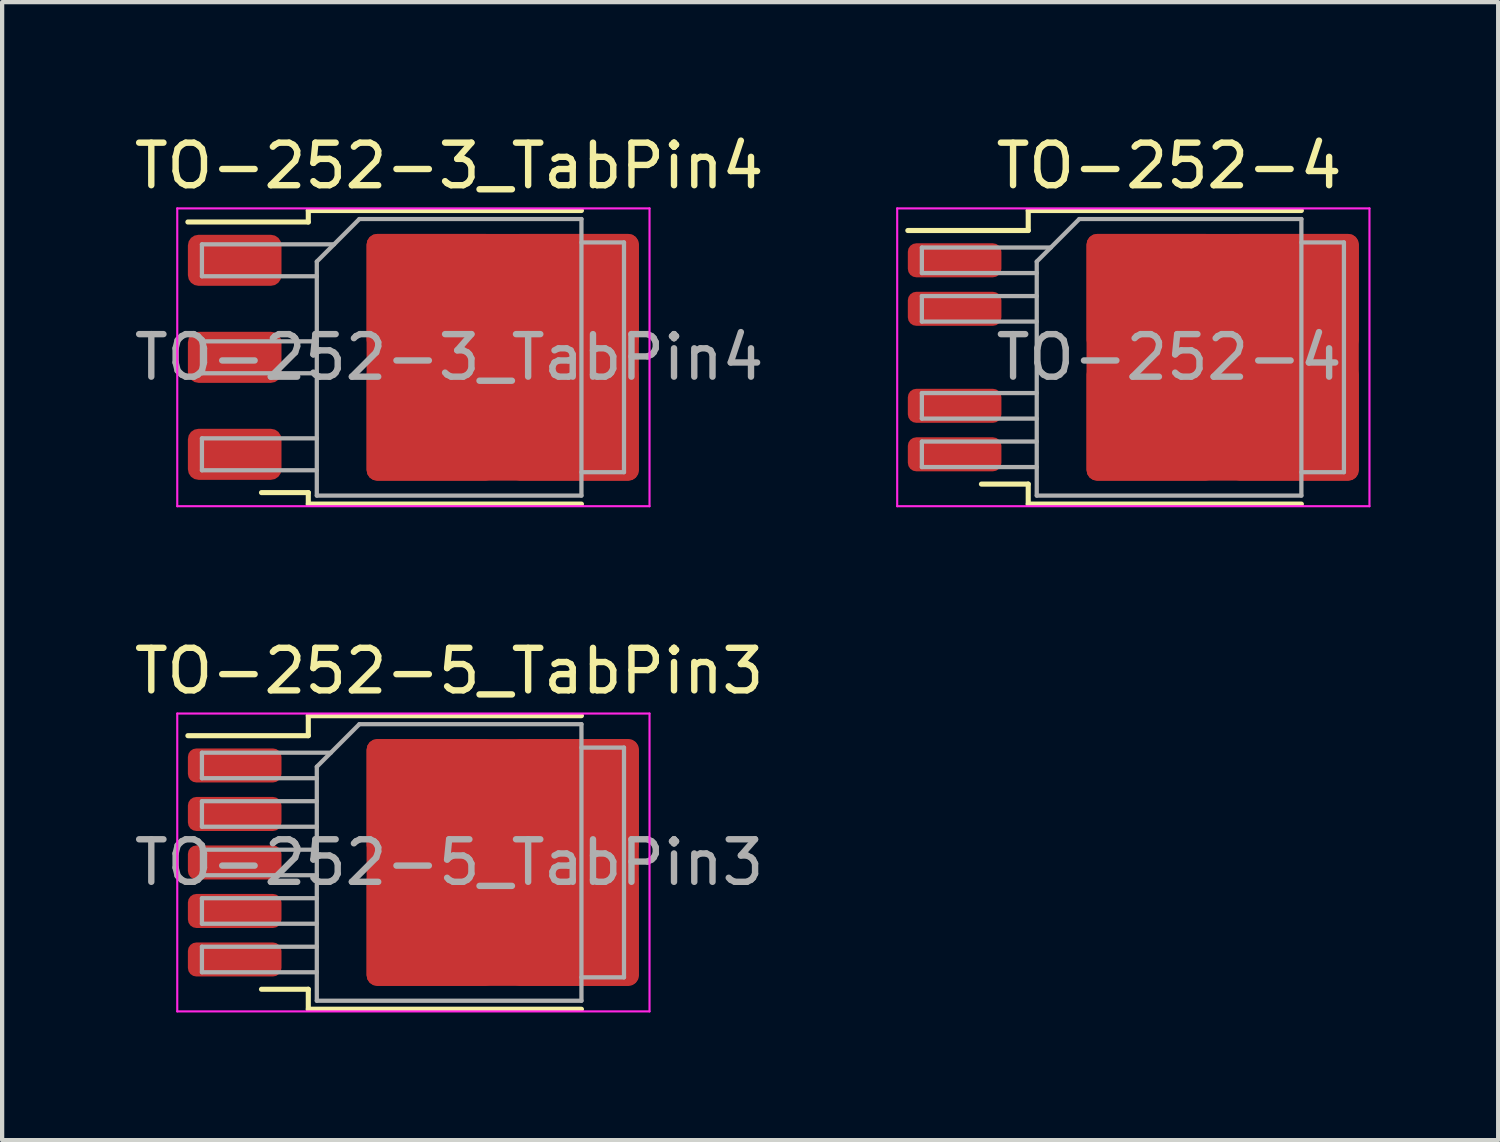
<source format=kicad_pcb>
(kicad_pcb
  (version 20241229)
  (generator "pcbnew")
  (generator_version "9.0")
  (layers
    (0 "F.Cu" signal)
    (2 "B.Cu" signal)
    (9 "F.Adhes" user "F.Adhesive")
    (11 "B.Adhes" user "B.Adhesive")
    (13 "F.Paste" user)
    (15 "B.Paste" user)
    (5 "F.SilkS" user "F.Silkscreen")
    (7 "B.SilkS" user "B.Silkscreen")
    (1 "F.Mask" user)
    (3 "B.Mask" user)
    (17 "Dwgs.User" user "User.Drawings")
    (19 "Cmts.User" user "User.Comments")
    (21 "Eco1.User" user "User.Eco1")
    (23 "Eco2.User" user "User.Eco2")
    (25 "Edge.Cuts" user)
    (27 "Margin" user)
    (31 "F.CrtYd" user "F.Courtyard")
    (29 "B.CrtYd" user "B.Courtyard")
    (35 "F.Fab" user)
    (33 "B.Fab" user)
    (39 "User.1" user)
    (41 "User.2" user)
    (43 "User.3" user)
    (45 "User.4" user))
  (footprint "TO-252-5_TabPin3"
    (layer "F.Cu")
    (at 7.506 17.221)
    (property "Reference" "TO-252-5_TabPin3" (at 0 -4.5 0) (layer "F.SilkS") (effects (font (size 1 1) (thickness 0.15))))
    (attr smd)
    (fp_line (start -3.31 -3.45) (end -3.31 -2.98) (stroke (width 0.12) (type solid)) (layer "F.SilkS"))
    (fp_line (start -3.31 -2.98) (end -6.14 -2.98) (stroke (width 0.12) (type solid)) (layer "F.SilkS"))
    (fp_line (start -3.31 2.98) (end -4.41 2.98) (stroke (width 0.12) (type solid)) (layer "F.SilkS"))
    (fp_line (start -3.31 3.45) (end -3.31 2.98) (stroke (width 0.12) (type solid)) (layer "F.SilkS"))
    (fp_line (start 3.11 -3.45) (end -3.31 -3.45) (stroke (width 0.12) (type solid)) (layer "F.SilkS"))
    (fp_line (start 3.11 3.45) (end -3.31 3.45) (stroke (width 0.12) (type solid)) (layer "F.SilkS"))
    (fp_line (start -6.39 -3.5) (end -6.39 3.5) (stroke (width 0.05) (type solid)) (layer "F.CrtYd"))
    (fp_line (start -6.39 3.5) (end 4.71 3.5) (stroke (width 0.05) (type solid)) (layer "F.CrtYd"))
    (fp_line (start 4.71 -3.5) (end -6.39 -3.5) (stroke (width 0.05) (type solid)) (layer "F.CrtYd"))
    (fp_line (start 4.71 3.5) (end 4.71 -3.5) (stroke (width 0.05) (type solid)) (layer "F.CrtYd"))
    (fp_line (start -5.81 -2.58) (end -5.81 -1.98) (stroke (width 0.1) (type solid)) (layer "F.Fab"))
    (fp_line (start -5.81 -1.98) (end -3.11 -1.98) (stroke (width 0.1) (type solid)) (layer "F.Fab"))
    (fp_line (start -5.81 -1.44) (end -5.81 -0.84) (stroke (width 0.1) (type solid)) (layer "F.Fab"))
    (fp_line (start -5.81 -0.84) (end -3.11 -0.84) (stroke (width 0.1) (type solid)) (layer "F.Fab"))
    (fp_line (start -5.81 -0.3) (end -5.81 0.3) (stroke (width 0.1) (type solid)) (layer "F.Fab"))
    (fp_line (start -5.81 0.3) (end -3.11 0.3) (stroke (width 0.1) (type solid)) (layer "F.Fab"))
    (fp_line (start -5.81 0.84) (end -5.81 1.44) (stroke (width 0.1) (type solid)) (layer "F.Fab"))
    (fp_line (start -5.81 1.44) (end -3.11 1.44) (stroke (width 0.1) (type solid)) (layer "F.Fab"))
    (fp_line (start -5.81 1.98) (end -5.81 2.58) (stroke (width 0.1) (type solid)) (layer "F.Fab"))
    (fp_line (start -5.81 2.58) (end -3.11 2.58) (stroke (width 0.1) (type solid)) (layer "F.Fab"))
    (fp_line (start -3.11 -2.25) (end -2.11 -3.25) (stroke (width 0.1) (type solid)) (layer "F.Fab"))
    (fp_line (start -3.11 -1.44) (end -5.81 -1.44) (stroke (width 0.1) (type solid)) (layer "F.Fab"))
    (fp_line (start -3.11 -0.3) (end -5.81 -0.3) (stroke (width 0.1) (type solid)) (layer "F.Fab"))
    (fp_line (start -3.11 0.84) (end -5.81 0.84) (stroke (width 0.1) (type solid)) (layer "F.Fab"))
    (fp_line (start -3.11 1.98) (end -5.81 1.98) (stroke (width 0.1) (type solid)) (layer "F.Fab"))
    (fp_line (start -3.11 3.25) (end -3.11 -2.25) (stroke (width 0.1) (type solid)) (layer "F.Fab"))
    (fp_line (start -2.78 -2.58) (end -5.81 -2.58) (stroke (width 0.1) (type solid)) (layer "F.Fab"))
    (fp_line (start -2.11 -3.25) (end 3.11 -3.25) (stroke (width 0.1) (type solid)) (layer "F.Fab"))
    (fp_line (start 3.11 -3.25) (end 3.11 3.25) (stroke (width 0.1) (type solid)) (layer "F.Fab"))
    (fp_line (start 3.11 -2.7) (end 4.11 -2.7) (stroke (width 0.1) (type solid)) (layer "F.Fab"))
    (fp_line (start 3.11 3.25) (end -3.11 3.25) (stroke (width 0.1) (type solid)) (layer "F.Fab"))
    (fp_line (start 4.11 -2.7) (end 4.11 2.7) (stroke (width 0.1) (type solid)) (layer "F.Fab"))
    (fp_line (start 4.11 2.7) (end 3.11 2.7) (stroke (width 0.1) (type solid)) (layer "F.Fab"))
    (fp_text user "${REFERENCE}" (at 0 0 0) (layer "F.Fab") (effects (font (size 1 1) (thickness 0.15))))
    (pad "1" smd roundrect (at -5.04 -2.28) (size 2.2 0.8) (layers "F.Cu" "F.Mask" "F.Paste") (roundrect_rratio 0.25))
    (pad "2" smd roundrect (at -5.04 -1.14) (size 2.2 0.8) (layers "F.Cu" "F.Mask" "F.Paste") (roundrect_rratio 0.25))
    (pad "3" smd roundrect (at -5.04 0) (size 2.2 0.8) (layers "F.Cu" "F.Mask" "F.Paste") (roundrect_rratio 0.25))
    (pad "3" smd roundrect (at -0.415 -1.525) (size 3.05 2.75) (layers "F.Cu" "F.Paste") (roundrect_rratio 0.091))
    (pad "3" smd roundrect (at -0.415 1.525) (size 3.05 2.75) (layers "F.Cu" "F.Paste") (roundrect_rratio 0.091))
    (pad "3" smd roundrect (at 1.26 0) (size 6.4 5.8) (layers "F.Cu" "F.Mask") (roundrect_rratio 0.043))
    (pad "3" smd roundrect (at 2.935 -1.525) (size 3.05 2.75) (layers "F.Cu" "F.Paste") (roundrect_rratio 0.091))
    (pad "3" smd roundrect (at 2.935 1.525) (size 3.05 2.75) (layers "F.Cu" "F.Paste") (roundrect_rratio 0.091))
    (pad "4" smd roundrect (at -5.04 1.14) (size 2.2 0.8) (layers "F.Cu" "F.Mask" "F.Paste") (roundrect_rratio 0.25))
    (pad "5" smd roundrect (at -5.04 2.28) (size 2.2 0.8) (layers "F.Cu" "F.Mask" "F.Paste") (roundrect_rratio 0.25)))
  (footprint "TO-252-3_TabPin4"
    (layer "F.Cu")
    (at 7.506 5.348)
    (property "Reference" "TO-252-3_TabPin4" (at 0 -4.5 0) (layer "F.SilkS") (effects (font (size 1 1) (thickness 0.15))))
    (attr smd)
    (fp_line (start -3.31 -3.45) (end -3.31 -3.18) (stroke (width 0.12) (type solid)) (layer "F.SilkS"))
    (fp_line (start -3.31 -3.18) (end -6.14 -3.18) (stroke (width 0.12) (type solid)) (layer "F.SilkS"))
    (fp_line (start -3.31 3.18) (end -4.41 3.18) (stroke (width 0.12) (type solid)) (layer "F.SilkS"))
    (fp_line (start -3.31 3.45) (end -3.31 3.18) (stroke (width 0.12) (type solid)) (layer "F.SilkS"))
    (fp_line (start 3.11 -3.45) (end -3.31 -3.45) (stroke (width 0.12) (type solid)) (layer "F.SilkS"))
    (fp_line (start 3.11 3.45) (end -3.31 3.45) (stroke (width 0.12) (type solid)) (layer "F.SilkS"))
    (fp_line (start -6.39 -3.5) (end -6.39 3.5) (stroke (width 0.05) (type solid)) (layer "F.CrtYd"))
    (fp_line (start -6.39 3.5) (end 4.71 3.5) (stroke (width 0.05) (type solid)) (layer "F.CrtYd"))
    (fp_line (start 4.71 -3.5) (end -6.39 -3.5) (stroke (width 0.05) (type solid)) (layer "F.CrtYd"))
    (fp_line (start 4.71 3.5) (end 4.71 -3.5) (stroke (width 0.05) (type solid)) (layer "F.CrtYd"))
    (fp_line (start -5.81 -2.655) (end -5.81 -1.905) (stroke (width 0.1) (type solid)) (layer "F.Fab"))
    (fp_line (start -5.81 -1.905) (end -3.11 -1.905) (stroke (width 0.1) (type solid)) (layer "F.Fab"))
    (fp_line (start -5.81 -0.375) (end -5.81 0.375) (stroke (width 0.1) (type solid)) (layer "F.Fab"))
    (fp_line (start -5.81 0.375) (end -3.11 0.375) (stroke (width 0.1) (type solid)) (layer "F.Fab"))
    (fp_line (start -5.81 1.905) (end -5.81 2.655) (stroke (width 0.1) (type solid)) (layer "F.Fab"))
    (fp_line (start -5.81 2.655) (end -3.11 2.655) (stroke (width 0.1) (type solid)) (layer "F.Fab"))
    (fp_line (start -3.11 -2.25) (end -2.11 -3.25) (stroke (width 0.1) (type solid)) (layer "F.Fab"))
    (fp_line (start -3.11 -0.375) (end -5.81 -0.375) (stroke (width 0.1) (type solid)) (layer "F.Fab"))
    (fp_line (start -3.11 1.905) (end -5.81 1.905) (stroke (width 0.1) (type solid)) (layer "F.Fab"))
    (fp_line (start -3.11 3.25) (end -3.11 -2.25) (stroke (width 0.1) (type solid)) (layer "F.Fab"))
    (fp_line (start -2.705 -2.655) (end -5.81 -2.655) (stroke (width 0.1) (type solid)) (layer "F.Fab"))
    (fp_line (start -2.11 -3.25) (end 3.11 -3.25) (stroke (width 0.1) (type solid)) (layer "F.Fab"))
    (fp_line (start 3.11 -3.25) (end 3.11 3.25) (stroke (width 0.1) (type solid)) (layer "F.Fab"))
    (fp_line (start 3.11 -2.7) (end 4.11 -2.7) (stroke (width 0.1) (type solid)) (layer "F.Fab"))
    (fp_line (start 3.11 3.25) (end -3.11 3.25) (stroke (width 0.1) (type solid)) (layer "F.Fab"))
    (fp_line (start 4.11 -2.7) (end 4.11 2.7) (stroke (width 0.1) (type solid)) (layer "F.Fab"))
    (fp_line (start 4.11 2.7) (end 3.11 2.7) (stroke (width 0.1) (type solid)) (layer "F.Fab"))
    (fp_text user "${REFERENCE}" (at 0 0 0) (layer "F.Fab") (effects (font (size 1 1) (thickness 0.15))))
    (pad "1" smd roundrect (at -5.04 -2.28) (size 2.2 1.2) (layers "F.Cu" "F.Mask" "F.Paste") (roundrect_rratio 0.208))
    (pad "2" smd roundrect (at -5.04 0) (size 2.2 1.2) (layers "F.Cu" "F.Mask" "F.Paste") (roundrect_rratio 0.208))
    (pad "3" smd roundrect (at -5.04 2.28) (size 2.2 1.2) (layers "F.Cu" "F.Mask" "F.Paste") (roundrect_rratio 0.208))
    (pad "4" smd roundrect (at -0.415 -1.525) (size 3.05 2.75) (layers "F.Cu" "F.Paste") (roundrect_rratio 0.091))
    (pad "4" smd roundrect (at -0.415 1.525) (size 3.05 2.75) (layers "F.Cu" "F.Paste") (roundrect_rratio 0.091))
    (pad "4" smd roundrect (at 1.26 0) (size 6.4 5.8) (layers "F.Cu" "F.Mask") (roundrect_rratio 0.043))
    (pad "4" smd roundrect (at 2.935 -1.525) (size 3.05 2.75) (layers "F.Cu" "F.Paste") (roundrect_rratio 0.091))
    (pad "4" smd roundrect (at 2.935 1.525) (size 3.05 2.75) (layers "F.Cu" "F.Paste") (roundrect_rratio 0.091)))
  (footprint "TO-252-4"
    (layer "F.Cu")
    (at 24.427 5.348)
    (property "Reference" "TO-252-4" (at 0 -4.5 0) (layer "F.SilkS") (effects (font (size 1 1) (thickness 0.15))))
    (attr smd)
    (fp_line (start -3.31 -3.45) (end -3.31 -2.98) (stroke (width 0.12) (type solid)) (layer "F.SilkS"))
    (fp_line (start -3.31 -2.98) (end -6.14 -2.98) (stroke (width 0.12) (type solid)) (layer "F.SilkS"))
    (fp_line (start -3.31 2.98) (end -4.41 2.98) (stroke (width 0.12) (type solid)) (layer "F.SilkS"))
    (fp_line (start -3.31 3.45) (end -3.31 2.98) (stroke (width 0.12) (type solid)) (layer "F.SilkS"))
    (fp_line (start 3.11 -3.45) (end -3.31 -3.45) (stroke (width 0.12) (type solid)) (layer "F.SilkS"))
    (fp_line (start 3.11 3.45) (end -3.31 3.45) (stroke (width 0.12) (type solid)) (layer "F.SilkS"))
    (fp_line (start -6.39 -3.5) (end -6.39 3.5) (stroke (width 0.05) (type solid)) (layer "F.CrtYd"))
    (fp_line (start -6.39 3.5) (end 4.71 3.5) (stroke (width 0.05) (type solid)) (layer "F.CrtYd"))
    (fp_line (start 4.71 -3.5) (end -6.39 -3.5) (stroke (width 0.05) (type solid)) (layer "F.CrtYd"))
    (fp_line (start 4.71 3.5) (end 4.71 -3.5) (stroke (width 0.05) (type solid)) (layer "F.CrtYd"))
    (fp_line (start -5.81 -2.58) (end -5.81 -1.98) (stroke (width 0.1) (type solid)) (layer "F.Fab"))
    (fp_line (start -5.81 -1.98) (end -3.11 -1.98) (stroke (width 0.1) (type solid)) (layer "F.Fab"))
    (fp_line (start -5.81 -1.44) (end -5.81 -0.84) (stroke (width 0.1) (type solid)) (layer "F.Fab"))
    (fp_line (start -5.81 -0.84) (end -3.11 -0.84) (stroke (width 0.1) (type solid)) (layer "F.Fab"))
    (fp_line (start -5.81 0.84) (end -5.81 1.44) (stroke (width 0.1) (type solid)) (layer "F.Fab"))
    (fp_line (start -5.81 1.44) (end -3.11 1.44) (stroke (width 0.1) (type solid)) (layer "F.Fab"))
    (fp_line (start -5.81 1.98) (end -5.81 2.58) (stroke (width 0.1) (type solid)) (layer "F.Fab"))
    (fp_line (start -5.81 2.58) (end -3.11 2.58) (stroke (width 0.1) (type solid)) (layer "F.Fab"))
    (fp_line (start -3.11 -2.25) (end -2.11 -3.25) (stroke (width 0.1) (type solid)) (layer "F.Fab"))
    (fp_line (start -3.11 -1.44) (end -5.81 -1.44) (stroke (width 0.1) (type solid)) (layer "F.Fab"))
    (fp_line (start -3.11 0.84) (end -5.81 0.84) (stroke (width 0.1) (type solid)) (layer "F.Fab"))
    (fp_line (start -3.11 1.98) (end -5.81 1.98) (stroke (width 0.1) (type solid)) (layer "F.Fab"))
    (fp_line (start -3.11 3.25) (end -3.11 -2.25) (stroke (width 0.1) (type solid)) (layer "F.Fab"))
    (fp_line (start -2.78 -2.58) (end -5.81 -2.58) (stroke (width 0.1) (type solid)) (layer "F.Fab"))
    (fp_line (start -2.11 -3.25) (end 3.11 -3.25) (stroke (width 0.1) (type solid)) (layer "F.Fab"))
    (fp_line (start 3.11 -3.25) (end 3.11 3.25) (stroke (width 0.1) (type solid)) (layer "F.Fab"))
    (fp_line (start 3.11 -2.7) (end 4.11 -2.7) (stroke (width 0.1) (type solid)) (layer "F.Fab"))
    (fp_line (start 3.11 3.25) (end -3.11 3.25) (stroke (width 0.1) (type solid)) (layer "F.Fab"))
    (fp_line (start 4.11 -2.7) (end 4.11 2.7) (stroke (width 0.1) (type solid)) (layer "F.Fab"))
    (fp_line (start 4.11 2.7) (end 3.11 2.7) (stroke (width 0.1) (type solid)) (layer "F.Fab"))
    (fp_text user "${REFERENCE}" (at 0 0 0) (layer "F.Fab") (effects (font (size 1 1) (thickness 0.15))))
    (pad "1" smd roundrect (at -5.04 -2.28) (size 2.2 0.8) (layers "F.Cu" "F.Mask" "F.Paste") (roundrect_rratio 0.25))
    (pad "2" smd roundrect (at -5.04 -1.14) (size 2.2 0.8) (layers "F.Cu" "F.Mask" "F.Paste") (roundrect_rratio 0.25))
    (pad "3" smd roundrect (at -0.415 -1.525) (size 3.05 2.75) (layers "F.Cu" "F.Paste") (roundrect_rratio 0.091))
    (pad "3" smd roundrect (at -0.415 1.525) (size 3.05 2.75) (layers "F.Cu" "F.Paste") (roundrect_rratio 0.091))
    (pad "3" smd roundrect (at 1.26 0) (size 6.4 5.8) (layers "F.Cu" "F.Mask") (roundrect_rratio 0.043))
    (pad "3" smd roundrect (at 2.935 -1.525) (size 3.05 2.75) (layers "F.Cu" "F.Paste") (roundrect_rratio 0.091))
    (pad "3" smd roundrect (at 2.935 1.525) (size 3.05 2.75) (layers "F.Cu" "F.Paste") (roundrect_rratio 0.091))
    (pad "4" smd roundrect (at -5.04 1.14) (size 2.2 0.8) (layers "F.Cu" "F.Mask" "F.Paste") (roundrect_rratio 0.25))
    (pad "5" smd roundrect (at -5.04 2.28) (size 2.2 0.8) (layers "F.Cu" "F.Mask" "F.Paste") (roundrect_rratio 0.25)))
  (gr_rect
    (start -3 -3)
    (end 32.162 23.747)
    (stroke (width 0.1) (type default))
    (fill no)
    (layer "Edge.Cuts")))
</source>
